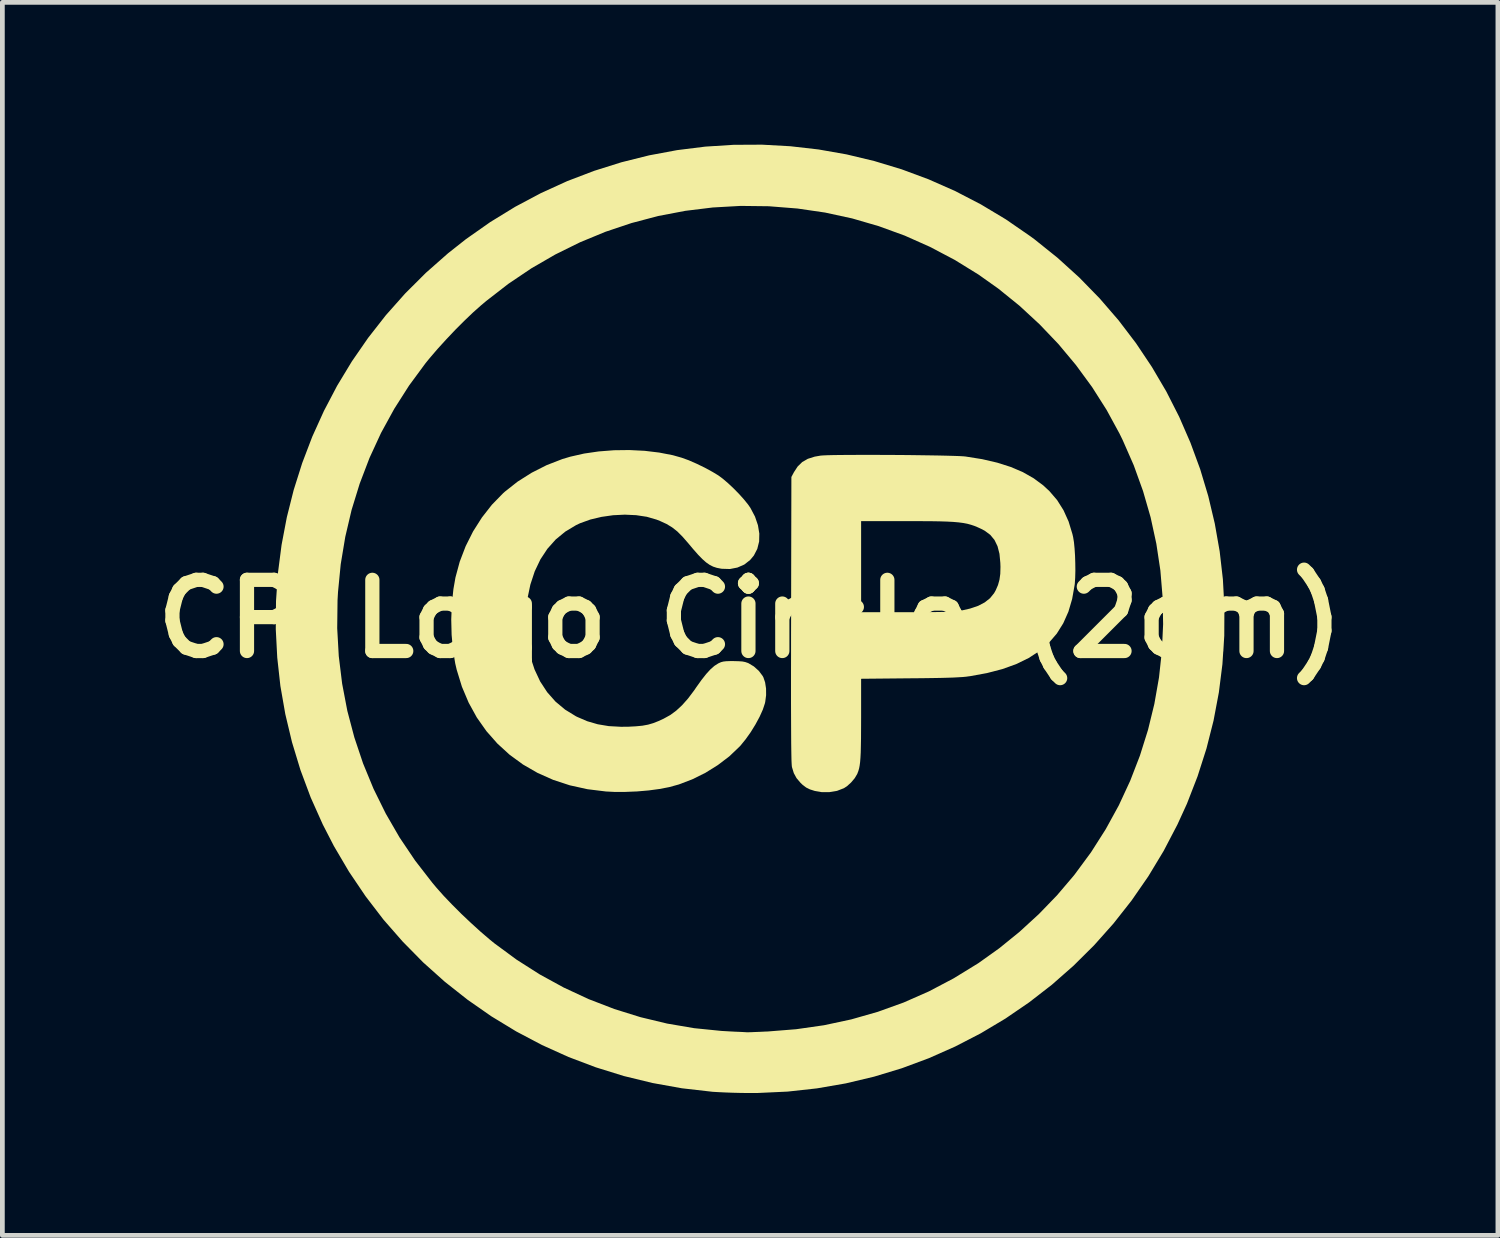
<source format=kicad_pcb>
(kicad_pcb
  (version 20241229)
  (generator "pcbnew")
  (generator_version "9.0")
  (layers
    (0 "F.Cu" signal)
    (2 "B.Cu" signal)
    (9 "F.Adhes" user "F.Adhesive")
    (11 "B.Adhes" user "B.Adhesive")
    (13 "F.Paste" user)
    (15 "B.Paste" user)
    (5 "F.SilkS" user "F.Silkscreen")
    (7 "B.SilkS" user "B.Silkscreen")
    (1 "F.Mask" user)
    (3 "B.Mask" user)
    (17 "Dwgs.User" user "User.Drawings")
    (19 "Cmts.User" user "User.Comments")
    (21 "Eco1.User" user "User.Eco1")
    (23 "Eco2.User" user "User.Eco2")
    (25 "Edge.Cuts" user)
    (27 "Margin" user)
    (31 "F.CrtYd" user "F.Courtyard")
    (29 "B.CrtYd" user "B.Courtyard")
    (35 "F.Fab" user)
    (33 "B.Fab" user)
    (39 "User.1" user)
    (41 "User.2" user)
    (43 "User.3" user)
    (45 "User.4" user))
  (footprint "CP Logo Circle (2cm)"
    (layer "F.Cu")
    (at 12.764 9.996)
    (property "Reference" "CP Logo Circle (2cm)" (at 0 0 0) (layer "F.SilkS") (effects (font (size 1.5 1.5) (thickness 0.3))))
    (attr board_only exclude_from_pos_files exclude_from_bom)
    (fp_poly (pts (xy 2.692 -3.456) (xy 2.915 -3.455) (xy 3.14 -3.454) (xy 3.362 -3.452) (xy 3.578 -3.449) (xy 3.783 -3.446) (xy 3.973 -3.443) (xy 4.143 -3.439) (xy 4.29 -3.435) (xy 4.409 -3.431) (xy 4.497 -3.426) (xy 4.54 -3.422) (xy 4.892 -3.366) (xy 5.21 -3.292) (xy 5.496 -3.201) (xy 5.751 -3.092) (xy 5.979 -2.962) (xy 6.181 -2.812) (xy 6.31 -2.692) (xy 6.473 -2.502) (xy 6.607 -2.289) (xy 6.714 -2.052) (xy 6.795 -1.786) (xy 6.81 -1.72) (xy 6.827 -1.617) (xy 6.84 -1.485) (xy 6.85 -1.333) (xy 6.855 -1.173) (xy 6.857 -1.014) (xy 6.853 -0.867) (xy 6.845 -0.742) (xy 6.841 -0.712) (xy 6.789 -0.418) (xy 6.71 -0.15) (xy 6.602 0.093) (xy 6.465 0.312) (xy 6.298 0.506) (xy 6.101 0.678) (xy 5.873 0.826) (xy 5.613 0.953) (xy 5.32 1.059) (xy 4.993 1.144) (xy 4.632 1.21) (xy 4.619 1.211) (xy 4.555 1.22) (xy 4.481 1.227) (xy 4.393 1.232) (xy 4.288 1.238) (xy 4.161 1.242) (xy 4.01 1.246) (xy 3.829 1.249) (xy 3.616 1.252) (xy 3.367 1.254) (xy 3.365 1.254) (xy 2.34 1.264) (xy 2.34 2.087) (xy 2.339 2.32) (xy 2.338 2.517) (xy 2.335 2.681) (xy 2.332 2.817) (xy 2.326 2.929) (xy 2.319 3.02) (xy 2.309 3.094) (xy 2.297 3.156) (xy 2.282 3.208) (xy 2.264 3.255) (xy 2.259 3.269) (xy 2.205 3.36) (xy 2.128 3.451) (xy 2.042 3.529) (xy 1.977 3.571) (xy 1.832 3.627) (xy 1.669 3.654) (xy 1.501 3.653) (xy 1.365 3.629) (xy 1.261 3.596) (xy 1.182 3.557) (xy 1.109 3.502) (xy 1.062 3.457) (xy 0.978 3.358) (xy 0.921 3.253) (xy 0.882 3.126) (xy 0.881 3.12) (xy 0.878 3.093) (xy 0.875 3.046) (xy 0.872 2.977) (xy 0.87 2.884) (xy 0.868 2.766) (xy 0.866 2.622) (xy 0.865 2.451) (xy 0.864 2.25) (xy 0.863 2.019) (xy 0.862 1.756) (xy 0.862 1.459) (xy 0.862 1.128) (xy 0.863 0.761) (xy 0.863 0.356) (xy 0.864 0.01) (xy 0.866 -1.1) (xy 2.34 -1.1) (xy 2.34 -0.14) (xy 3.305 -0.14) (xy 3.543 -0.14) (xy 3.745 -0.141) (xy 3.914 -0.143) (xy 4.054 -0.145) (xy 4.168 -0.148) (xy 4.259 -0.152) (xy 4.332 -0.157) (xy 4.39 -0.163) (xy 4.43 -0.169) (xy 4.637 -0.216) (xy 4.808 -0.274) (xy 4.947 -0.347) (xy 5.058 -0.435) (xy 5.143 -0.54) (xy 5.178 -0.602) (xy 5.226 -0.713) (xy 5.257 -0.825) (xy 5.274 -0.949) (xy 5.278 -1.095) (xy 5.275 -1.179) (xy 5.257 -1.37) (xy 5.216 -1.53) (xy 5.152 -1.662) (xy 5.063 -1.77) (xy 4.946 -1.857) (xy 4.874 -1.895) (xy 4.8 -1.929) (xy 4.728 -1.959) (xy 4.656 -1.983) (xy 4.579 -2.004) (xy 4.495 -2.02) (xy 4.397 -2.033) (xy 4.284 -2.043) (xy 4.151 -2.05) (xy 3.994 -2.055) (xy 3.809 -2.058) (xy 3.593 -2.059) (xy 3.341 -2.06) (xy 3.291 -2.06) (xy 2.34 -2.06) (xy 2.34 -1.1) (xy 0.866 -1.1) (xy 0.87 -2.99) (xy 0.923 -3.09) (xy 1.002 -3.211) (xy 1.098 -3.305) (xy 1.216 -3.373) (xy 1.361 -3.419) (xy 1.486 -3.441) (xy 1.541 -3.445) (xy 1.632 -3.449) (xy 1.755 -3.452) (xy 1.905 -3.454) (xy 2.077 -3.455) (xy 2.269 -3.456) (xy 2.476 -3.456)) (stroke (width 0) (type solid)) (fill yes) (layer "F.SilkS"))
    (fp_poly (pts (xy -2.224 -3.542) (xy -1.916 -3.505) (xy -1.628 -3.449) (xy -1.445 -3.397) (xy -1.295 -3.343) (xy -1.128 -3.27) (xy -0.955 -3.186) (xy -0.792 -3.097) (xy -0.671 -3.024) (xy -0.575 -2.953) (xy -0.465 -2.859) (xy -0.349 -2.75) (xy -0.235 -2.634) (xy -0.131 -2.518) (xy -0.045 -2.412) (xy 0.006 -2.339) (xy 0.103 -2.155) (xy 0.165 -1.973) (xy 0.194 -1.797) (xy 0.19 -1.63) (xy 0.151 -1.474) (xy 0.079 -1.335) (xy 0 -1.24) (xy -0.123 -1.144) (xy -0.267 -1.081) (xy -0.426 -1.05) (xy -0.594 -1.055) (xy -0.616 -1.058) (xy -0.702 -1.075) (xy -0.779 -1.1) (xy -0.852 -1.137) (xy -0.927 -1.189) (xy -1.006 -1.259) (xy -1.096 -1.351) (xy -1.2 -1.469) (xy -1.309 -1.599) (xy -1.428 -1.735) (xy -1.536 -1.843) (xy -1.644 -1.928) (xy -1.761 -1.999) (xy -1.896 -2.061) (xy -1.974 -2.092) (xy -2.177 -2.151) (xy -2.402 -2.185) (xy -2.642 -2.196) (xy -2.889 -2.184) (xy -3.134 -2.149) (xy -3.369 -2.093) (xy -3.585 -2.015) (xy -3.668 -1.976) (xy -3.896 -1.839) (xy -4.098 -1.673) (xy -4.273 -1.477) (xy -4.421 -1.253) (xy -4.541 -1.001) (xy -4.633 -0.721) (xy -4.697 -0.415) (xy -4.699 -0.4) (xy -4.71 -0.297) (xy -4.717 -0.165) (xy -4.721 -0.017) (xy -4.72 0.135) (xy -4.716 0.28) (xy -4.708 0.406) (xy -4.699 0.48) (xy -4.637 0.787) (xy -4.545 1.067) (xy -4.426 1.321) (xy -4.278 1.547) (xy -4.103 1.745) (xy -3.901 1.914) (xy -3.673 2.054) (xy -3.647 2.067) (xy -3.433 2.159) (xy -3.213 2.223) (xy -2.98 2.262) (xy -2.725 2.276) (xy -2.573 2.275) (xy -2.407 2.266) (xy -2.271 2.253) (xy -2.152 2.231) (xy -2.042 2.199) (xy -1.928 2.154) (xy -1.824 2.106) (xy -1.685 2.029) (xy -1.557 1.935) (xy -1.433 1.82) (xy -1.308 1.679) (xy -1.178 1.506) (xy -1.138 1.447) (xy -1.025 1.289) (xy -0.925 1.162) (xy -0.836 1.065) (xy -0.753 0.992) (xy -0.673 0.941) (xy -0.661 0.935) (xy -0.614 0.914) (xy -0.565 0.901) (xy -0.505 0.894) (xy -0.423 0.891) (xy -0.35 0.891) (xy -0.242 0.894) (xy -0.164 0.899) (xy -0.104 0.911) (xy -0.051 0.929) (xy -0.036 0.935) (xy 0.079 1.004) (xy 0.183 1.097) (xy 0.263 1.203) (xy 0.28 1.234) (xy 0.316 1.34) (xy 0.336 1.47) (xy 0.337 1.61) (xy 0.319 1.748) (xy 0.312 1.781) (xy 0.268 1.914) (xy 0.2 2.065) (xy 0.113 2.226) (xy 0.014 2.387) (xy -0.094 2.539) (xy -0.203 2.673) (xy -0.227 2.698) (xy -0.438 2.899) (xy -0.68 3.083) (xy -0.943 3.247) (xy -1.22 3.384) (xy -1.503 3.492) (xy -1.706 3.548) (xy -1.909 3.587) (xy -2.139 3.618) (xy -2.383 3.639) (xy -2.63 3.649) (xy -2.867 3.649) (xy -3.04 3.64) (xy -3.43 3.592) (xy -3.801 3.51) (xy -4.152 3.395) (xy -4.482 3.248) (xy -4.789 3.071) (xy -5.072 2.864) (xy -5.329 2.629) (xy -5.559 2.368) (xy -5.762 2.08) (xy -5.934 1.767) (xy -6.076 1.431) (xy -6.186 1.073) (xy -6.217 0.94) (xy -6.265 0.65) (xy -6.293 0.337) (xy -6.301 0.012) (xy -6.288 -0.313) (xy -6.255 -0.627) (xy -6.212 -0.872) (xy -6.122 -1.205) (xy -5.997 -1.531) (xy -5.841 -1.842) (xy -5.655 -2.135) (xy -5.444 -2.405) (xy -5.21 -2.645) (xy -5.17 -2.681) (xy -4.901 -2.893) (xy -4.605 -3.08) (xy -4.289 -3.24) (xy -3.959 -3.368) (xy -3.791 -3.418) (xy -3.501 -3.484) (xy -3.192 -3.529) (xy -2.87 -3.554) (xy -2.545 -3.558)) (stroke (width 0) (type solid)) (fill yes) (layer "F.SilkS"))
    (fp_poly (pts (xy 0.848 -9.963) (xy 1.443 -9.895) (xy 2.034 -9.791) (xy 2.618 -9.651) (xy 3.196 -9.476) (xy 3.764 -9.265) (xy 4.321 -9.019) (xy 4.865 -8.737) (xy 5.395 -8.419) (xy 5.908 -8.065) (xy 5.99 -8.005) (xy 6.48 -7.612) (xy 6.94 -7.195) (xy 7.369 -6.755) (xy 7.768 -6.293) (xy 8.135 -5.811) (xy 8.47 -5.31) (xy 8.774 -4.793) (xy 9.045 -4.26) (xy 9.283 -3.713) (xy 9.488 -3.155) (xy 9.659 -2.586) (xy 9.796 -2.008) (xy 9.899 -1.423) (xy 9.967 -0.833) (xy 9.999 -0.239) (xy 9.996 0.358) (xy 9.957 0.956) (xy 9.882 1.552) (xy 9.77 2.146) (xy 9.62 2.737) (xy 9.433 3.321) (xy 9.209 3.898) (xy 9.009 4.336) (xy 8.717 4.895) (xy 8.394 5.43) (xy 8.041 5.94) (xy 7.66 6.424) (xy 7.252 6.882) (xy 6.819 7.312) (xy 6.362 7.714) (xy 5.882 8.086) (xy 5.382 8.428) (xy 4.861 8.739) (xy 4.323 9.017) (xy 3.768 9.263) (xy 3.198 9.475) (xy 2.614 9.652) (xy 2.017 9.794) (xy 1.409 9.899) (xy 0.792 9.967) (xy 0.167 9.996) (xy -0.05 9.997) (xy -0.205 9.995) (xy -0.369 9.991) (xy -0.53 9.985) (xy -0.675 9.978) (xy -0.795 9.971) (xy -0.81 9.969) (xy -1.439 9.897) (xy -2.057 9.786) (xy -2.662 9.639) (xy -3.254 9.455) (xy -3.83 9.237) (xy -4.39 8.984) (xy -4.932 8.698) (xy -5.455 8.38) (xy -5.956 8.031) (xy -6.436 7.652) (xy -6.893 7.243) (xy -7.324 6.805) (xy -7.73 6.341) (xy -8.107 5.849) (xy -8.456 5.332) (xy -8.775 4.79) (xy -9.009 4.336) (xy -9.264 3.766) (xy -9.48 3.187) (xy -9.658 2.601) (xy -9.799 2.01) (xy -9.903 1.415) (xy -9.969 0.818) (xy -10 0.221) (xy -10 0.2) (xy -8.705 0.2) (xy -8.672 0.787) (xy -8.601 1.367) (xy -8.492 1.938) (xy -8.344 2.499) (xy -8.16 3.048) (xy -7.939 3.584) (xy -7.682 4.105) (xy -7.39 4.61) (xy -7.062 5.097) (xy -6.7 5.564) (xy -6.611 5.67) (xy -6.459 5.841) (xy -6.282 6.026) (xy -6.09 6.218) (xy -5.889 6.408) (xy -5.689 6.59) (xy -5.498 6.754) (xy -5.39 6.842) (xy -4.924 7.185) (xy -4.436 7.496) (xy -3.928 7.774) (xy -3.403 8.018) (xy -2.863 8.226) (xy -2.311 8.398) (xy -1.749 8.533) (xy -1.18 8.63) (xy -0.605 8.688) (xy -0.43 8.698) (xy -0.317 8.704) (xy -0.217 8.708) (xy -0.138 8.712) (xy -0.086 8.715) (xy -0.07 8.717) (xy -0.045 8.716) (xy 0.014 8.715) (xy 0.101 8.711) (xy 0.208 8.707) (xy 0.331 8.701) (xy 0.369 8.7) (xy 0.971 8.652) (xy 1.558 8.568) (xy 2.132 8.445) (xy 2.692 8.285) (xy 3.239 8.088) (xy 3.772 7.853) (xy 4.29 7.58) (xy 4.795 7.27) (xy 4.817 7.256) (xy 5.254 6.944) (xy 5.679 6.599) (xy 6.086 6.226) (xy 6.468 5.831) (xy 6.818 5.42) (xy 6.842 5.39) (xy 7.187 4.922) (xy 7.497 4.435) (xy 7.773 3.932) (xy 8.013 3.414) (xy 8.218 2.884) (xy 8.388 2.343) (xy 8.522 1.794) (xy 8.62 1.237) (xy 8.681 0.676) (xy 8.707 0.111) (xy 8.696 -0.455) (xy 8.649 -1.02) (xy 8.564 -1.583) (xy 8.443 -2.141) (xy 8.284 -2.692) (xy 8.088 -3.236) (xy 7.854 -3.769) (xy 7.787 -3.906) (xy 7.516 -4.403) (xy 7.21 -4.885) (xy 6.87 -5.349) (xy 6.501 -5.791) (xy 6.103 -6.208) (xy 5.68 -6.599) (xy 5.234 -6.96) (xy 4.817 -7.256) (xy 4.313 -7.567) (xy 3.793 -7.841) (xy 3.259 -8.079) (xy 2.712 -8.278) (xy 2.152 -8.441) (xy 1.58 -8.565) (xy 0.998 -8.65) (xy 0.406 -8.697) (xy 0.393 -8.698) (xy -0.2 -8.705) (xy -0.787 -8.672) (xy -1.367 -8.601) (xy -1.938 -8.492) (xy -2.499 -8.344) (xy -3.048 -8.16) (xy -3.584 -7.939) (xy -4.105 -7.682) (xy -4.61 -7.39) (xy -5.097 -7.062) (xy -5.564 -6.7) (xy -5.67 -6.611) (xy -5.841 -6.459) (xy -6.026 -6.282) (xy -6.218 -6.09) (xy -6.408 -5.889) (xy -6.59 -5.689) (xy -6.754 -5.498) (xy -6.842 -5.39) (xy -7.189 -4.919) (xy -7.502 -4.428) (xy -7.781 -3.919) (xy -8.024 -3.392) (xy -8.231 -2.85) (xy -8.402 -2.295) (xy -8.535 -1.728) (xy -8.631 -1.151) (xy -8.688 -0.565) (xy -8.698 -0.393) (xy -8.705 0.2) (xy -10 0.2) (xy -9.995 -0.376) (xy -9.954 -0.969) (xy -9.878 -1.558) (xy -9.767 -2.142) (xy -9.622 -2.718) (xy -9.443 -3.284) (xy -9.231 -3.84) (xy -8.985 -4.383) (xy -8.707 -4.913) (xy -8.396 -5.427) (xy -8.053 -5.923) (xy -7.679 -6.401) (xy -7.273 -6.858) (xy -6.837 -7.293) (xy -6.37 -7.705) (xy -5.99 -8.005) (xy -5.479 -8.364) (xy -4.952 -8.687) (xy -4.41 -8.975) (xy -3.855 -9.228) (xy -3.289 -9.444) (xy -2.713 -9.625) (xy -2.129 -9.771) (xy -1.539 -9.881) (xy -0.945 -9.955) (xy -0.348 -9.993) (xy 0.251 -9.996)) (stroke (width 0) (type solid)) (fill yes) (layer "F.SilkS")))
  (gr_rect
    (start -3 -3)
    (end 28.529 22.994)
    (stroke (width 0.1) (type default))
    (fill no)
    (layer "Edge.Cuts")))
</source>
